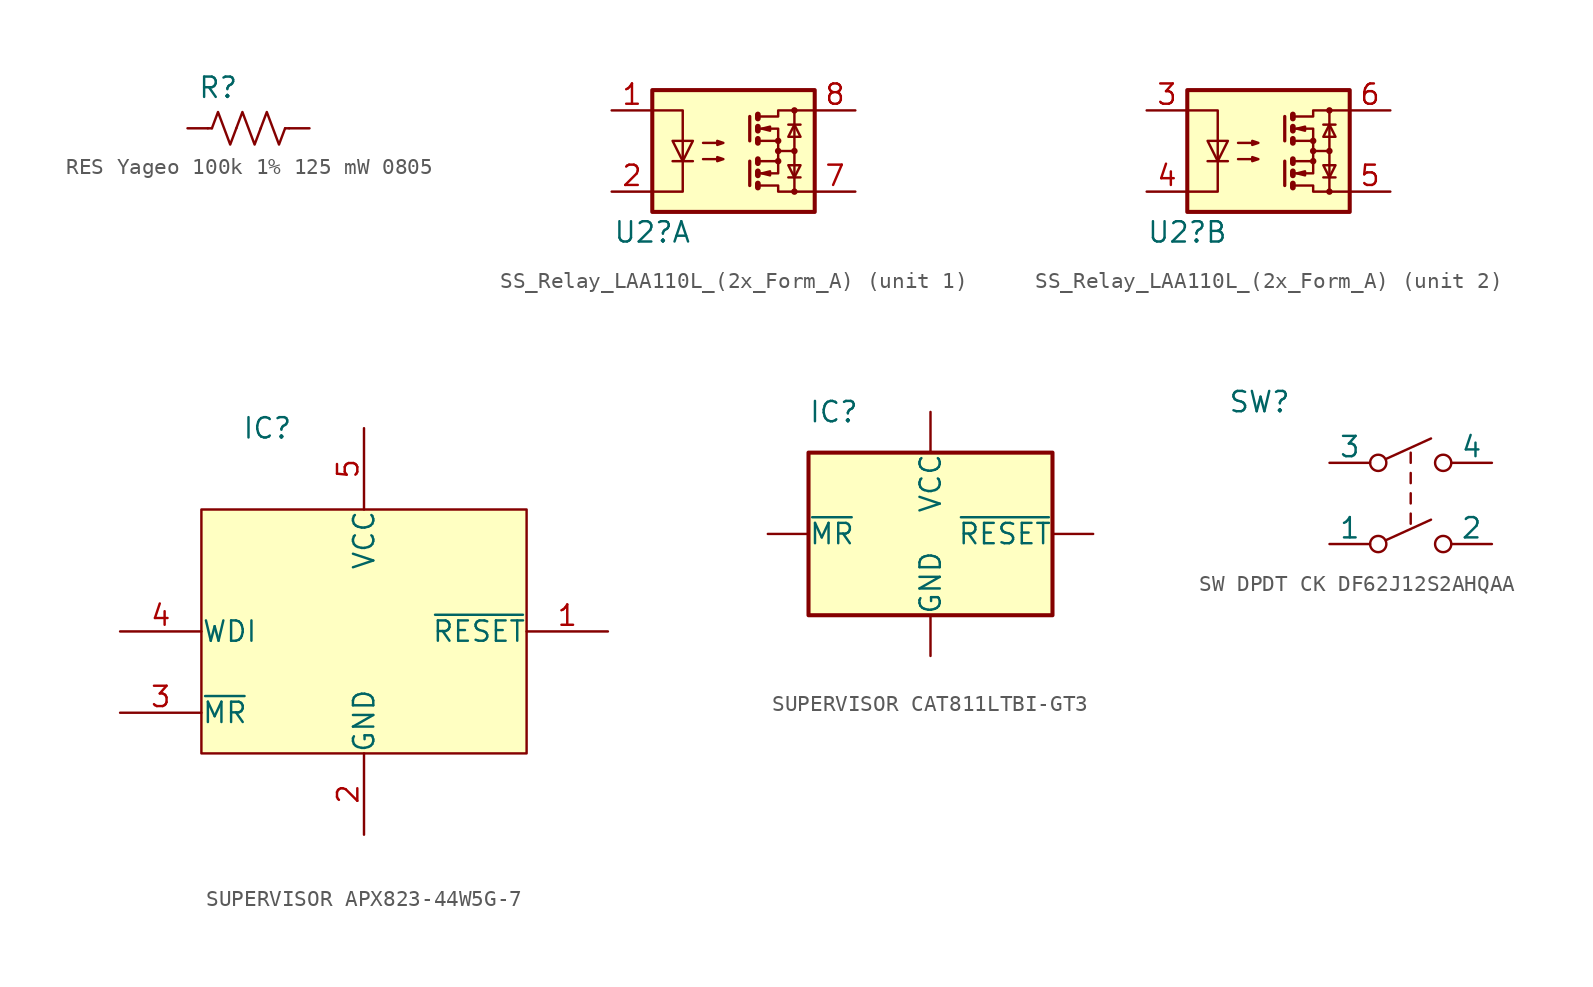
<source format=kicad_sym>
(kicad_symbol_lib
  (version 20241209)
  (generator "kicad_symbol_editor")
  (generator_version "9.0")
  (symbol "RES Yageo 100k 1% 125 mW 0805"
    (pin_numbers
      (hide yes))
    (pin_names
      (offset 0))
    (property "Reference" "R"
      (at 0.635 2.54 0)
      (effects (font (size 1.27 1.27)) (justify left)))
    (symbol "RES Yageo 100k 1% 125 mW 0805_0_1"
      (polyline (pts (xy 1.524 0) (xy 1.27 0)) (stroke (width 0) (type default)) (fill (type none)))
      (polyline (pts (xy 3.048 0) (xy 2.667 -1.016) (xy 2.286 0) (xy 1.905 1.016) (xy 1.524 0)) (stroke (width 0) (type default)) (fill (type none)))
      (polyline (pts (xy 4.572 0) (xy 4.191 -1.016) (xy 3.81 0) (xy 3.429 1.016) (xy 3.048 0)) (stroke (width 0) (type default)) (fill (type none)))
      (polyline (pts (xy 6.096 0) (xy 6.35 0)) (stroke (width 0) (type default)) (fill (type none)))
      (polyline (pts (xy 6.096 0) (xy 5.715 -1.016) (xy 5.334 0) (xy 4.953 1.016) (xy 4.572 0)) (stroke (width 0) (type default)) (fill (type none))))
    (symbol "RES Yageo 100k 1% 125 mW 0805_1_1"
      (pin passive line (at 0 0 0) (length 1.27) (name "~" (effects (font (size 1.27 1.27)))) (number "2" (effects (font (size 1.27 1.27)))))
      (pin passive line (at 7.62 0 180) (length 1.27) (name "~" (effects (font (size 1.27 1.27)))) (number "1" (effects (font (size 1.27 1.27)))))))
  (symbol "SS_Relay_LAA110L_(2x_Form_A)"
    (pin_names
      (offset 0)
      (hide yes))
    (property "Reference" "U2"
      (at 2.54 -7.62 0)
      (effects (font (size 1.27 1.27))))
    (property "ki_locked" ""
      (at 0 0 0)
      (effects (font (size 1.27 1.27))))
    (symbol "SS_Relay_LAA110L_(2x_Form_A)_0_1"
      (rectangle (start 2.54 1.27) (end 12.7 -6.35) (stroke (width 0.254) (type default)) (fill (type background)))
      (polyline (pts (xy 2.54 0) (xy 4.445 0) (xy 4.445 -5.08) (xy 2.54 -5.08)) (stroke (width 0) (type default)) (fill (type none)))
      (polyline (pts (xy 3.81 -3.175) (xy 5.08 -3.175)) (stroke (width 0) (type default)) (fill (type none)))
      (polyline (pts (xy 4.445 -3.175) (xy 3.81 -1.905) (xy 5.08 -1.905) (xy 4.445 -3.175)) (stroke (width 0) (type default)) (fill (type none)))
      (polyline (pts (xy 5.715 -2.032) (xy 6.985 -2.032) (xy 6.604 -2.159) (xy 6.604 -1.905) (xy 6.985 -2.032)) (stroke (width 0) (type default)) (fill (type none)))
      (polyline (pts (xy 5.715 -3.048) (xy 6.985 -3.048) (xy 6.604 -3.175) (xy 6.604 -2.921) (xy 6.985 -3.048)) (stroke (width 0) (type default)) (fill (type none)))
      (polyline (pts (xy 8.636 -0.381) (xy 8.636 -1.905)) (stroke (width 0.203) (type default)) (fill (type none)))
      (polyline (pts (xy 8.636 -3.175) (xy 8.636 -4.699)) (stroke (width 0.203) (type default)) (fill (type none)))
      (polyline (pts (xy 9.144 -0.254) (xy 9.144 -0.508) (xy 9.144 -0.508)) (stroke (width 0.356) (type default)) (fill (type none)))
      (polyline (pts (xy 9.144 -1.016) (xy 9.144 -1.27) (xy 9.144 -1.27)) (stroke (width 0.356) (type default)) (fill (type none)))
      (polyline (pts (xy 9.144 -1.778) (xy 9.144 -2.032) (xy 9.144 -2.032)) (stroke (width 0.356) (type default)) (fill (type none)))
      (polyline (pts (xy 9.144 -3.048) (xy 9.144 -3.302)) (stroke (width 0.356) (type default)) (fill (type none)))
      (polyline (pts (xy 9.144 -3.81) (xy 9.144 -4.064) (xy 9.144 -4.064)) (stroke (width 0.356) (type default)) (fill (type none)))
      (polyline (pts (xy 9.144 -4.572) (xy 9.144 -4.826) (xy 9.144 -4.826)) (stroke (width 0.356) (type default)) (fill (type none)))
      (polyline (pts (xy 9.271 -0.381) (xy 10.414 -0.381) (xy 10.414 0) (xy 12.7 0)) (stroke (width 0) (type default)) (fill (type none)))
      (polyline (pts (xy 9.271 -1.143) (xy 10.414 -1.143) (xy 10.414 -1.905)) (stroke (width 0) (type default)) (fill (type none)))
      (polyline (pts (xy 9.271 -3.175) (xy 10.414 -3.175) (xy 10.414 -1.905) (xy 9.271 -1.905)) (stroke (width 0) (type default)) (fill (type none)))
      (polyline (pts (xy 9.271 -3.937) (xy 10.414 -3.937) (xy 10.414 -3.175)) (stroke (width 0) (type default)) (fill (type none)))
      (polyline (pts (xy 9.271 -4.699) (xy 10.414 -4.699) (xy 10.414 -5.08) (xy 12.7 -5.08)) (stroke (width 0) (type default)) (fill (type none)))
      (polyline (pts (xy 9.398 -1.143) (xy 9.906 -1.016) (xy 9.906 -1.27) (xy 9.398 -1.143)) (stroke (width 0) (type default)) (fill (type none)))
      (polyline (pts (xy 9.398 -3.937) (xy 9.906 -3.81) (xy 9.906 -4.064) (xy 9.398 -3.937)) (stroke (width 0) (type default)) (fill (type none)))
      (circle (center 10.414 -1.905) (radius 0.127) (stroke (width 0) (type default)) (fill (type none)))
      (polyline (pts (xy 10.414 -2.54) (xy 11.43 -2.54)) (stroke (width 0) (type default)) (fill (type none)))
      (circle (center 10.414 -2.54) (radius 0.127) (stroke (width 0) (type default)) (fill (type none)))
      (circle (center 10.414 -3.175) (radius 0.127) (stroke (width 0) (type default)) (fill (type none)))
      (polyline (pts (xy 11.049 -0.889) (xy 11.811 -0.889)) (stroke (width 0) (type default)) (fill (type none)))
      (polyline (pts (xy 11.049 -4.191) (xy 11.811 -4.191)) (stroke (width 0) (type default)) (fill (type none)))
      (circle (center 11.43 0) (radius 0.127) (stroke (width 0) (type default)) (fill (type none)))
      (polyline (pts (xy 11.43 -0.889) (xy 11.049 -1.651) (xy 11.811 -1.651) (xy 11.43 -0.889)) (stroke (width 0) (type default)) (fill (type none)))
      (circle (center 11.43 -2.54) (radius 0.127) (stroke (width 0) (type default)) (fill (type none)))
      (polyline (pts (xy 11.43 -4.191) (xy 11.049 -3.429) (xy 11.811 -3.429) (xy 11.43 -4.191)) (stroke (width 0) (type default)) (fill (type none)))
      (polyline (pts (xy 11.43 -5.08) (xy 11.43 0)) (stroke (width 0) (type default)) (fill (type none)))
      (circle (center 11.43 -5.08) (radius 0.127) (stroke (width 0) (type default)) (fill (type none))))
    (symbol "SS_Relay_LAA110L_(2x_Form_A)_1_1"
      (pin passive line (at 0 0 0) (length 2.54) (name "~" (effects (font (size 1.27 1.27)))) (number "1" (effects (font (size 1.27 1.27)))))
      (pin passive line (at 0 -5.08 0) (length 2.54) (name "~" (effects (font (size 1.27 1.27)))) (number "2" (effects (font (size 1.27 1.27)))))
      (pin passive line (at 15.24 0 180) (length 2.54) (name "~" (effects (font (size 1.27 1.27)))) (number "8" (effects (font (size 1.27 1.27)))))
      (pin passive line (at 15.24 -5.08 180) (length 2.54) (name "~" (effects (font (size 1.27 1.27)))) (number "7" (effects (font (size 1.27 1.27))))))
    (symbol "SS_Relay_LAA110L_(2x_Form_A)_2_1"
      (pin passive line (at 0 0 0) (length 2.54) (name "~" (effects (font (size 1.27 1.27)))) (number "3" (effects (font (size 1.27 1.27)))))
      (pin passive line (at 0 -5.08 0) (length 2.54) (name "~" (effects (font (size 1.27 1.27)))) (number "4" (effects (font (size 1.27 1.27)))))
      (pin passive line (at 15.24 0 180) (length 2.54) (name "~" (effects (font (size 1.27 1.27)))) (number "6" (effects (font (size 1.27 1.27)))))
      (pin passive line (at 15.24 -5.08 180) (length 2.54) (name "~" (effects (font (size 1.27 1.27)))) (number "5" (effects (font (size 1.27 1.27)))))))
  (symbol "SUPERVISOR APX823-44W5G-7"
    (pin_names
      (offset 0.002))
    (property "Reference" "IC"
      (at -7.62 12.7 0)
      (effects (font (size 1.27 1.27)) (justify left)))
    (symbol "SUPERVISOR APX823-44W5G-7_0_1"
      (rectangle (start -10.16 7.62) (end 10.16 -7.62) (stroke (width 0) (type default)) (fill (type background))))
    (symbol "SUPERVISOR APX823-44W5G-7_1_1"
      (pin input line (at -15.24 0 0) (length 5.08) (name "WDI" (effects (font (size 1.27 1.27)))) (number "4" (effects (font (size 1.27 1.27)))))
      (pin input line (at -15.24 -5.08 0) (length 5.08) (name "~{MR}" (effects (font (size 1.27 1.27)))) (number "3" (effects (font (size 1.27 1.27)))))
      (pin power_in line (at 0 12.7 270) (length 5.08) (name "VCC" (effects (font (size 1.27 1.27)))) (number "5" (effects (font (size 1.27 1.27)))))
      (pin power_in line (at 0 -12.7 90) (length 5.08) (name "GND" (effects (font (size 1.27 1.27)))) (number "2" (effects (font (size 1.27 1.27)))))
      (pin output line (at 15.24 0 180) (length 5.08) (name "~{RESET}" (effects (font (size 1.27 1.27)))) (number "1" (effects (font (size 1.27 1.27)))))))
  (symbol "SUPERVISOR CAT811LTBI-GT3"
    (pin_numbers
      (hide yes))
    (pin_names
      (offset 0.002))
    (property "Reference" "IC"
      (at -7.62 7.62 0)
      (effects (font (size 1.27 1.27)) (justify left)))
    (symbol "SUPERVISOR CAT811LTBI-GT3_0_1"
      (rectangle (start -7.62 5.08) (end 7.62 -5.08) (stroke (width 0.254) (type default)) (fill (type background))))
    (symbol "SUPERVISOR CAT811LTBI-GT3_1_1"
      (pin input line (at -10.16 0 0) (length 2.54) (name "~{MR}" (effects (font (size 1.27 1.27)))) (number "3" (effects (font (size 1.27 1.27)))))
      (pin power_in line (at 0 7.62 270) (length 2.54) (name "VCC" (effects (font (size 1.27 1.27)))) (number "4" (effects (font (size 1.27 1.27)))))
      (pin power_in line (at 0 -7.62 90) (length 2.54) (name "GND" (effects (font (size 1.27 1.27)))) (number "1" (effects (font (size 1.27 1.27)))))
      (pin output line (at 10.16 0 180) (length 2.54) (name "~{RESET}" (effects (font (size 1.27 1.27)))) (number "2" (effects (font (size 1.27 1.27)))))))
  (symbol "SW DPDT CK DF62J12S2AHQAA "
    (pin_numbers
      (hide yes))
    (pin_names
      (offset 0))
    (property "Reference" "SW"
      (at -11.43 6.35 0)
      (effects (font (size 1.27 1.27)) (justify left)))
    (symbol "SW DPDT CK DF62J12S2AHQAA _0_0"
      (circle (center -2.032 2.54) (radius 0.508) (stroke (width 0) (type default)) (fill (type none)))
      (circle (center -2.032 -2.54) (radius 0.508) (stroke (width 0) (type default)) (fill (type none)))
      (polyline (pts (xy -1.524 2.794) (xy 1.27 4.064)) (stroke (width 0) (type default)) (fill (type none)))
      (polyline (pts (xy -1.524 -2.286) (xy 1.27 -1.016)) (stroke (width 0) (type default)) (fill (type none)))
      (polyline (pts (xy 0 2.54) (xy 0 3.175)) (stroke (width 0) (type default)) (fill (type none)))
      (polyline (pts (xy 0 1.27) (xy 0 1.905)) (stroke (width 0) (type default)) (fill (type none)))
      (polyline (pts (xy 0 0) (xy 0 0.635)) (stroke (width 0) (type default)) (fill (type none)))
      (polyline (pts (xy 0 -1.27) (xy 0 -0.635)) (stroke (width 0) (type default)) (fill (type none)))
      (circle (center 2.032 2.54) (radius 0.508) (stroke (width 0) (type default)) (fill (type none)))
      (circle (center 2.032 -2.54) (radius 0.508) (stroke (width 0) (type default)) (fill (type none))))
    (symbol "SW DPDT CK DF62J12S2AHQAA _1_1"
      (pin passive line (at -5.08 2.54 0) (length 2.54) (name "3" (effects (font (size 1.27 1.27)))) (number "3" (effects (font (size 1.27 1.27)))))
      (pin passive line (at -5.08 -2.54 0) (length 2.54) (name "1" (effects (font (size 1.27 1.27)))) (number "1" (effects (font (size 1.27 1.27)))))
      (pin passive line (at 5.08 2.54 180) (length 2.54) (name "4" (effects (font (size 1.27 1.27)))) (number "4" (effects (font (size 1.27 1.27)))))
      (pin passive line (at 5.08 -2.54 180) (length 2.54) (name "2" (effects (font (size 1.27 1.27)))) (number "2" (effects (font (size 1.27 1.27))))))))
</source>
